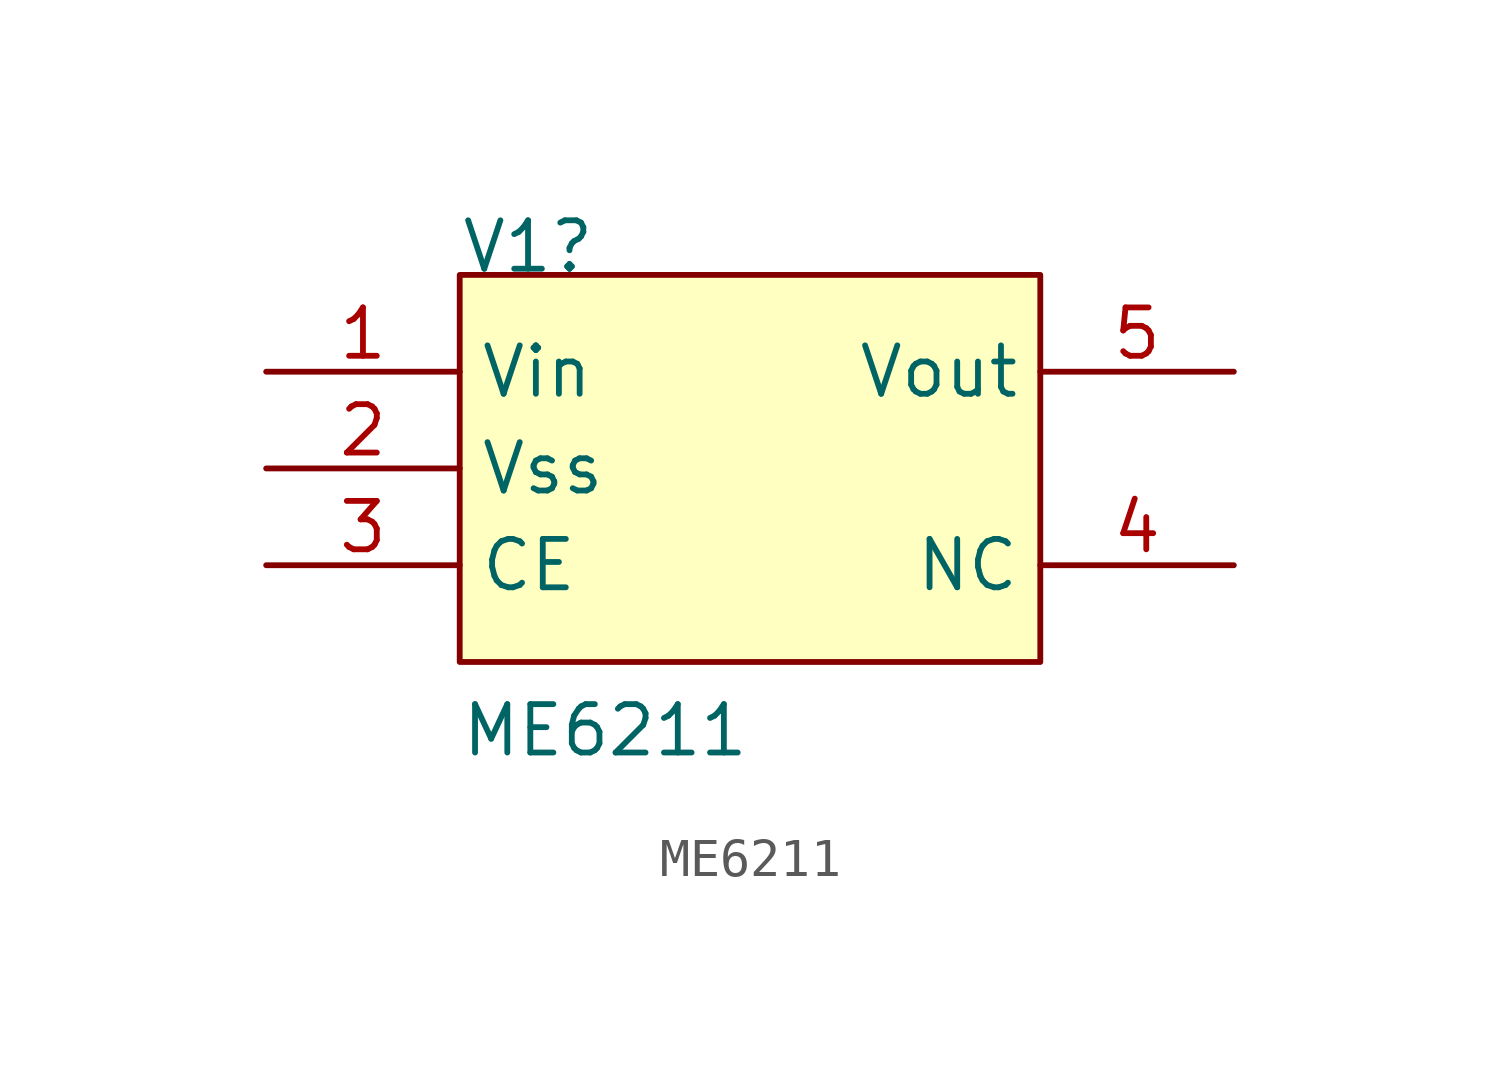
<source format=kicad_sym>
(kicad_symbol_lib
  (version 20211014)
  (generator kicad_symbol_editor)
  (symbol "ME6211"
    (property "Reference" "V1"
      (at 5.08 2.54 0)
      (effects (font (size 1.27 1.27)) (justify left bottom)))
    (property "Value" "ME6211"
      (at 5.08 -10.16 0)
      (effects (font (size 1.27 1.27)) (justify left bottom)))
    (symbol "ME6211_1_0"
      (rectangle (start 20.32 2.54) (end 5.08 -7.62) (stroke (width 0) (type default) (color 0 0 0 0)) (fill (type background)))
      (pin passive line (at 0 0 0) (length 5.08) (name "Vin" (effects (font (size 1.27 1.27)))) (number "1" (effects (font (size 1.27 1.27)))))
      (pin passive line (at 0 -2.54 0) (length 5.08) (name "Vss" (effects (font (size 1.27 1.27)))) (number "2" (effects (font (size 1.27 1.27)))))
      (pin passive line (at 0 -5.08 0) (length 5.08) (name "CE" (effects (font (size 1.27 1.27)))) (number "3" (effects (font (size 1.27 1.27)))))
      (pin passive line (at 25.4 -5.08 180) (length 5.08) (name "NC" (effects (font (size 1.27 1.27)))) (number "4" (effects (font (size 1.27 1.27)))))
      (pin passive line (at 25.4 0 180) (length 5.08) (name "Vout" (effects (font (size 1.27 1.27)))) (number "5" (effects (font (size 1.27 1.27))))))))
</source>
